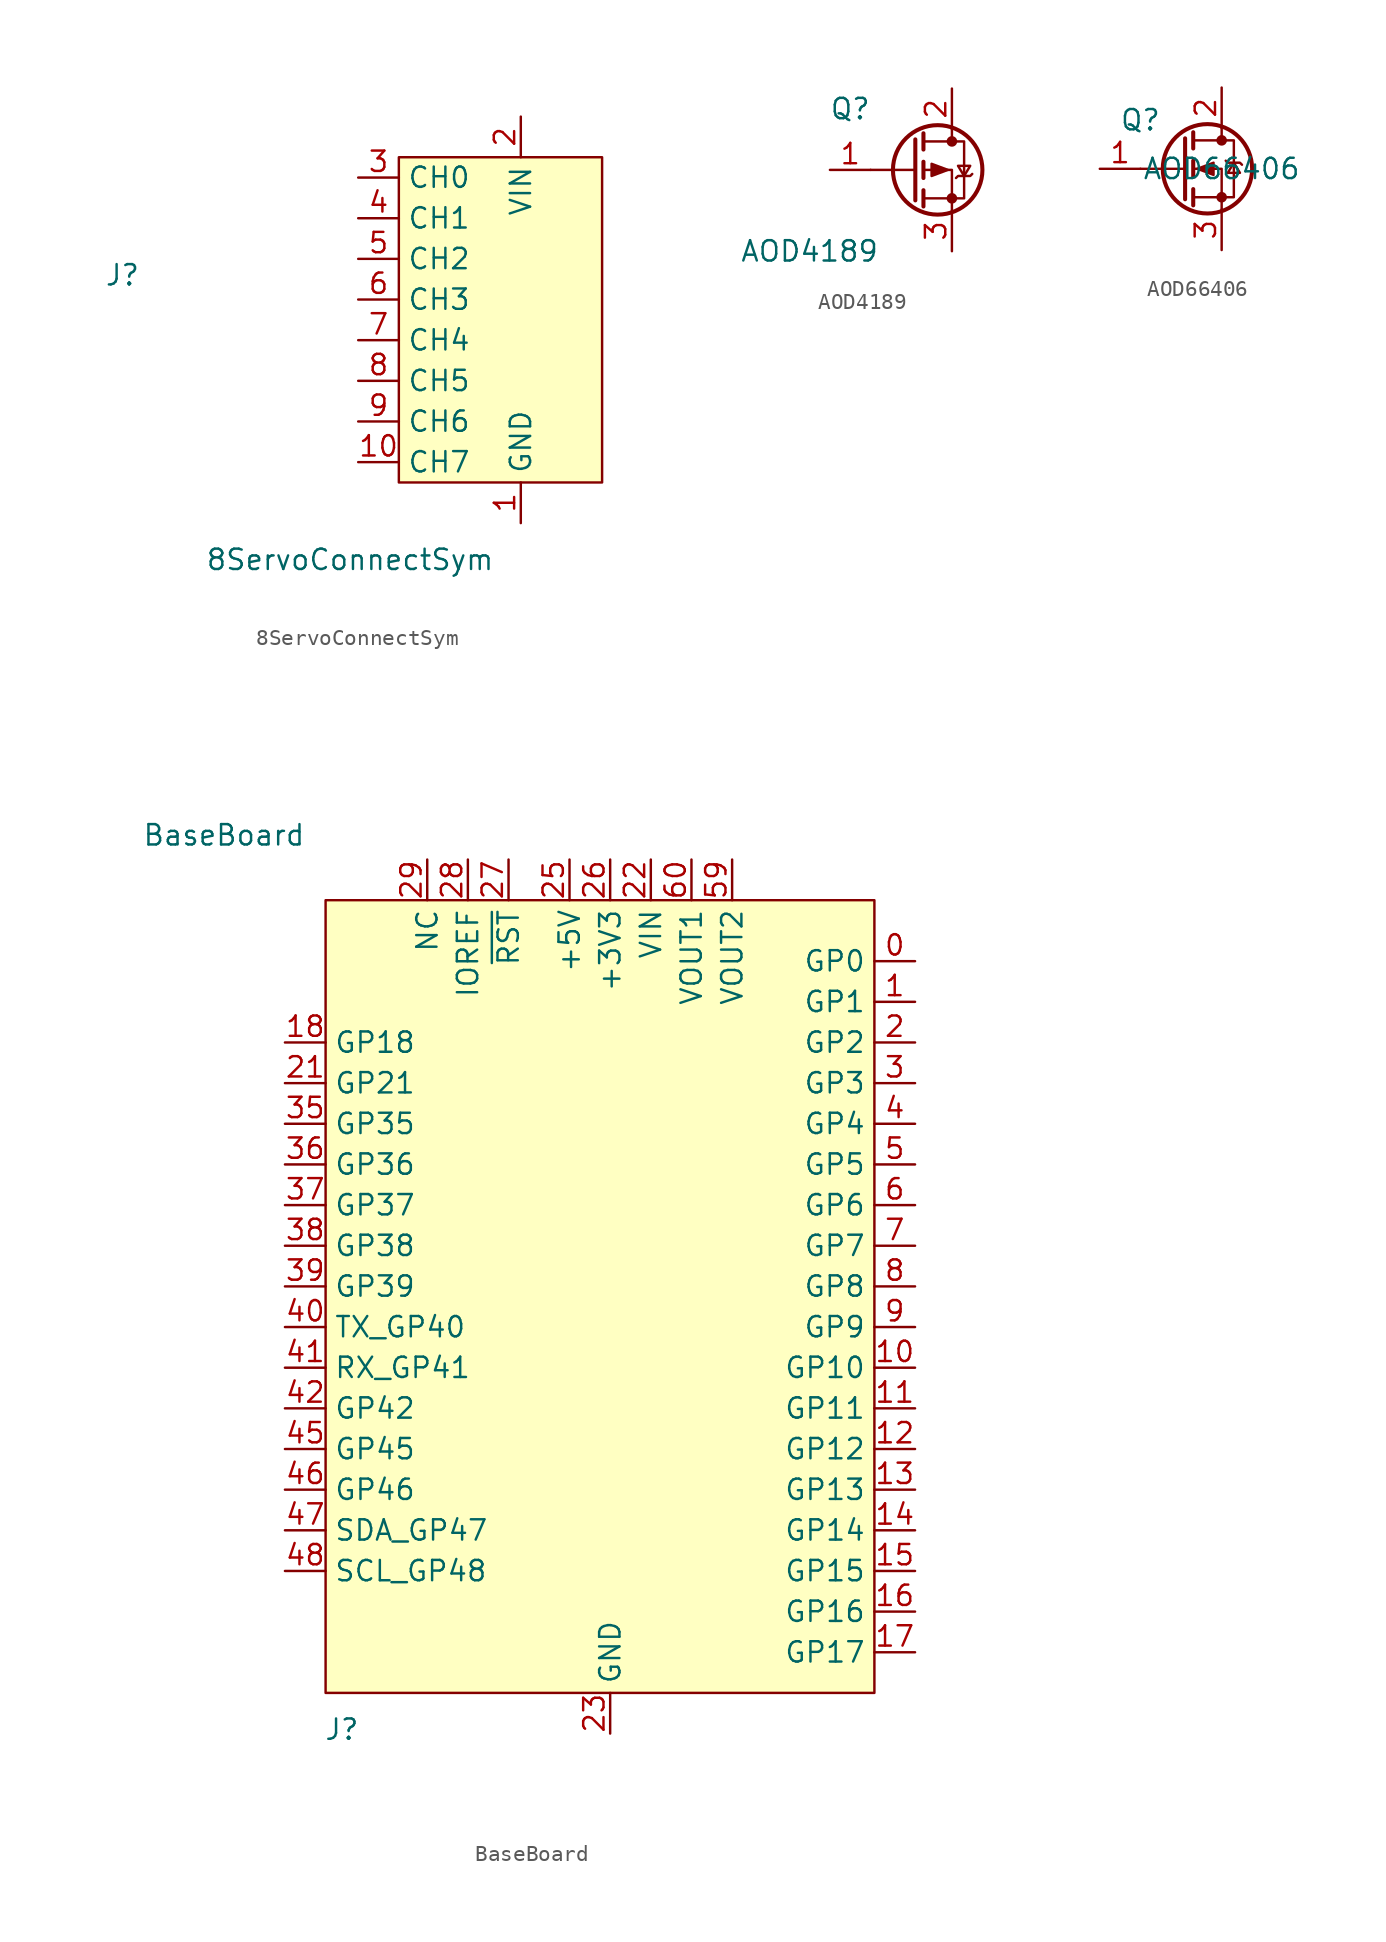
<source format=kicad_sym>
(kicad_symbol_lib
  (version 20241209)
  (generator "kicad_symbol_editor")
  (generator_version "9.0")
  (symbol "8ServoConnectSym"
    (property "Reference" "J"
      (at -17.272 -4.826 0)
      (effects (font (size 1.27 1.27))))
    (property "Value" "8ServoConnectSym"
      (at -3.048 -22.606 0)
      (effects (font (size 1.27 1.27))))
    (symbol "8ServoConnectSym_1_1"
      (rectangle (start 0 2.54) (end 12.7 -17.78) (stroke (width 0) (type default)) (fill (type background)))
      (pin input line (at -2.54 1.27 0) (length 2.54) (name "CH0" (effects (font (size 1.27 1.27)))) (number "3" (effects (font (size 1.27 1.27)))))
      (pin input line (at -2.54 -1.27 0) (length 2.54) (name "CH1" (effects (font (size 1.27 1.27)))) (number "4" (effects (font (size 1.27 1.27)))))
      (pin input line (at -2.54 -3.81 0) (length 2.54) (name "CH2" (effects (font (size 1.27 1.27)))) (number "5" (effects (font (size 1.27 1.27)))))
      (pin input line (at -2.54 -6.35 0) (length 2.54) (name "CH3" (effects (font (size 1.27 1.27)))) (number "6" (effects (font (size 1.27 1.27)))))
      (pin input line (at -2.54 -8.89 0) (length 2.54) (name "CH4" (effects (font (size 1.27 1.27)))) (number "7" (effects (font (size 1.27 1.27)))))
      (pin input line (at -2.54 -11.43 0) (length 2.54) (name "CH5" (effects (font (size 1.27 1.27)))) (number "8" (effects (font (size 1.27 1.27)))))
      (pin input line (at -2.54 -13.97 0) (length 2.54) (name "CH6" (effects (font (size 1.27 1.27)))) (number "9" (effects (font (size 1.27 1.27)))))
      (pin input line (at -2.54 -16.51 0) (length 2.54) (name "CH7" (effects (font (size 1.27 1.27)))) (number "10" (effects (font (size 1.27 1.27)))))
      (pin power_in line (at 7.62 5.08 270) (length 2.54) (name "VIN" (effects (font (size 1.27 1.27)))) (number "2" (effects (font (size 1.27 1.27)))))
      (pin power_in line (at 7.62 -20.32 90) (length 2.54) (name "GND" (effects (font (size 1.27 1.27)))) (number "1" (effects (font (size 1.27 1.27)))))))
  (symbol "AOD4189"
    (pin_names
      (hide yes))
    (property "Reference" "Q"
      (at -6.35 3.81 0)
      (effects (font (size 1.27 1.27))))
    (property "Value" "AOD4189"
      (at -8.89 -5.08 0)
      (effects (font (size 1.27 1.27))))
    (symbol "AOD4189_0_1"
      (polyline (pts (xy -2.286 1.905) (xy -2.286 -1.905)) (stroke (width 0.254) (type default)) (fill (type none)))
      (polyline (pts (xy -2.286 0) (xy -5.08 0)) (stroke (width 0) (type default)) (fill (type none)))
      (polyline (pts (xy -1.778 2.286) (xy -1.778 1.27)) (stroke (width 0.254) (type default)) (fill (type none)))
      (polyline (pts (xy -1.778 1.778) (xy 0.762 1.778) (xy 0.762 -1.778) (xy -1.778 -1.778)) (stroke (width 0) (type default)) (fill (type none)))
      (polyline (pts (xy -1.778 0.508) (xy -1.778 -0.508)) (stroke (width 0.254) (type default)) (fill (type none)))
      (polyline (pts (xy -1.778 -1.27) (xy -1.778 -2.286)) (stroke (width 0.254) (type default)) (fill (type none)))
      (circle (center -0.889 0) (radius 2.794) (stroke (width 0.254) (type default)) (fill (type none)))
      (polyline (pts (xy -0.254 0) (xy -1.27 0.381) (xy -1.27 -0.381) (xy -0.254 0)) (stroke (width 0) (type default)) (fill (type outline)))
      (polyline (pts (xy 0 2.54) (xy 0 1.778)) (stroke (width 0) (type default)) (fill (type none)))
      (circle (center 0 1.778) (radius 0.254) (stroke (width 0) (type default)) (fill (type outline)))
      (circle (center 0 -1.778) (radius 0.254) (stroke (width 0) (type default)) (fill (type outline)))
      (polyline (pts (xy 0 -2.54) (xy 0 0) (xy -1.778 0)) (stroke (width 0) (type default)) (fill (type none)))
      (polyline (pts (xy 0.254 -0.508) (xy 0.381 -0.381) (xy 1.143 -0.381) (xy 1.27 -0.254)) (stroke (width 0) (type default)) (fill (type none)))
      (polyline (pts (xy 0.762 -0.381) (xy 0.381 0.254) (xy 1.143 0.254) (xy 0.762 -0.381)) (stroke (width 0) (type default)) (fill (type none))))
    (symbol "AOD4189_1_1"
      (pin input line (at -7.62 0 0) (length 2.54) (name "G" (effects (font (size 1.27 1.27)))) (number "1" (effects (font (size 1.27 1.27)))))
      (pin passive line (at 0 5.08 270) (length 2.54) (name "D" (effects (font (size 1.27 1.27)))) (number "2" (effects (font (size 1.27 1.27)))))
      (pin passive line (at 0 -5.08 90) (length 2.54) (name "S" (effects (font (size 1.27 1.27)))) (number "3" (effects (font (size 1.27 1.27)))))))
  (symbol "AOD66406"
    (pin_names
      (hide yes))
    (property "Reference" "Q"
      (at -5.08 3.048 0)
      (effects (font (size 1.27 1.27))))
    (property "Value" "AOD66406"
      (at 0 0 0)
      (effects (font (size 1.27 1.27))))
    (symbol "AOD66406_0_1"
      (polyline (pts (xy -2.286 1.905) (xy -2.286 -1.905)) (stroke (width 0.254) (type default)) (fill (type none)))
      (polyline (pts (xy -2.286 0) (xy -5.08 0)) (stroke (width 0) (type default)) (fill (type none)))
      (polyline (pts (xy -1.778 2.286) (xy -1.778 1.27)) (stroke (width 0.254) (type default)) (fill (type none)))
      (polyline (pts (xy -1.778 0.508) (xy -1.778 -0.508)) (stroke (width 0.254) (type default)) (fill (type none)))
      (polyline (pts (xy -1.778 -1.27) (xy -1.778 -2.286)) (stroke (width 0.254) (type default)) (fill (type none)))
      (polyline (pts (xy -1.778 -1.778) (xy 0.762 -1.778) (xy 0.762 1.778) (xy -1.778 1.778)) (stroke (width 0) (type default)) (fill (type none)))
      (polyline (pts (xy -1.524 0) (xy -0.508 0.381) (xy -0.508 -0.381) (xy -1.524 0)) (stroke (width 0) (type default)) (fill (type outline)))
      (circle (center -0.889 0) (radius 2.794) (stroke (width 0.254) (type default)) (fill (type none)))
      (polyline (pts (xy 0 2.54) (xy 0 1.778)) (stroke (width 0) (type default)) (fill (type none)))
      (circle (center 0 1.778) (radius 0.254) (stroke (width 0) (type default)) (fill (type outline)))
      (circle (center 0 -1.778) (radius 0.254) (stroke (width 0) (type default)) (fill (type outline)))
      (polyline (pts (xy 0 -2.54) (xy 0 0) (xy -1.778 0)) (stroke (width 0) (type default)) (fill (type none)))
      (polyline (pts (xy 0.254 0.508) (xy 0.381 0.381) (xy 1.143 0.381) (xy 1.27 0.254)) (stroke (width 0) (type default)) (fill (type none)))
      (polyline (pts (xy 0.762 0.381) (xy 0.381 -0.254) (xy 1.143 -0.254) (xy 0.762 0.381)) (stroke (width 0) (type default)) (fill (type none))))
    (symbol "AOD66406_1_1"
      (pin input line (at -7.62 0 0) (length 2.54) (name "G" (effects (font (size 1.27 1.27)))) (number "1" (effects (font (size 1.27 1.27)))))
      (pin passive line (at 0 5.08 270) (length 2.54) (name "D" (effects (font (size 1.27 1.27)))) (number "2" (effects (font (size 1.27 1.27)))))
      (pin passive line (at 0 -5.08 90) (length 2.54) (name "S" (effects (font (size 1.27 1.27)))) (number "3" (effects (font (size 1.27 1.27)))))))
  (symbol "BaseBoard"
    (property "Reference" "J"
      (at -19.304 -42.926 0)
      (effects (font (size 1.27 1.27))))
    (property "Value" "BaseBoard"
      (at -26.67 12.954 0)
      (effects (font (size 1.27 1.27))))
    (symbol "BaseBoard_1_1"
      (rectangle (start -20.32 8.89) (end 13.97 -40.64) (stroke (width 0) (type default)) (fill (type background)))
      (pin bidirectional line (at -22.86 0 0) (length 2.54) (name "GP18" (effects (font (size 1.27 1.27)))) (number "18" (effects (font (size 1.27 1.27)))))
      (pin bidirectional line (at -22.86 -2.54 0) (length 2.54) (name "GP21" (effects (font (size 1.27 1.27)))) (number "21" (effects (font (size 1.27 1.27)))))
      (pin bidirectional line (at -22.86 -5.08 0) (length 2.54) (name "GP35" (effects (font (size 1.27 1.27)))) (number "35" (effects (font (size 1.27 1.27)))))
      (pin bidirectional line (at -22.86 -7.62 0) (length 2.54) (name "GP36" (effects (font (size 1.27 1.27)))) (number "36" (effects (font (size 1.27 1.27)))))
      (pin bidirectional line (at -22.86 -10.16 0) (length 2.54) (name "GP37" (effects (font (size 1.27 1.27)))) (number "37" (effects (font (size 1.27 1.27)))))
      (pin bidirectional line (at -22.86 -12.7 0) (length 2.54) (name "GP38" (effects (font (size 1.27 1.27)))) (number "38" (effects (font (size 1.27 1.27)))))
      (pin bidirectional line (at -22.86 -15.24 0) (length 2.54) (name "GP39" (effects (font (size 1.27 1.27)))) (number "39" (effects (font (size 1.27 1.27)))))
      (pin bidirectional line (at -22.86 -17.78 0) (length 2.54) (name "TX_GP40" (effects (font (size 1.27 1.27)))) (number "40" (effects (font (size 1.27 1.27)))))
      (pin bidirectional line (at -22.86 -20.32 0) (length 2.54) (name "RX_GP41" (effects (font (size 1.27 1.27)))) (number "41" (effects (font (size 1.27 1.27)))))
      (pin bidirectional line (at -22.86 -22.86 0) (length 2.54) (name "GP42" (effects (font (size 1.27 1.27)))) (number "42" (effects (font (size 1.27 1.27)))))
      (pin bidirectional line (at -22.86 -25.4 0) (length 2.54) (name "GP45" (effects (font (size 1.27 1.27)))) (number "45" (effects (font (size 1.27 1.27)))))
      (pin bidirectional line (at -22.86 -27.94 0) (length 2.54) (name "GP46" (effects (font (size 1.27 1.27)))) (number "46" (effects (font (size 1.27 1.27)))))
      (pin bidirectional line (at -22.86 -30.48 0) (length 2.54) (name "SDA_GP47" (effects (font (size 1.27 1.27)))) (number "47" (effects (font (size 1.27 1.27)))))
      (pin bidirectional line (at -22.86 -33.02 0) (length 2.54) (name "SCL_GP48" (effects (font (size 1.27 1.27)))) (number "48" (effects (font (size 1.27 1.27)))))
      (pin bidirectional line (at -13.97 11.43 270) (length 2.54) (name "NC" (effects (font (size 1.27 1.27)))) (number "29" (effects (font (size 1.27 1.27)))))
      (pin bidirectional line (at -11.43 11.43 270) (length 2.54) (name "IOREF" (effects (font (size 1.27 1.27)))) (number "28" (effects (font (size 1.27 1.27)))))
      (pin bidirectional line (at -8.89 11.43 270) (length 2.54) (name "~{RST}" (effects (font (size 1.27 1.27)))) (number "27" (effects (font (size 1.27 1.27)))))
      (pin power_in line (at -5.08 11.43 270) (length 2.54) (name "+5V" (effects (font (size 1.27 1.27)))) (number "25" (effects (font (size 1.27 1.27)))))
      (pin power_in line (at -5.08 11.43 270) (length 2.54) (hide yes) (name "+5V" (effects (font (size 1.27 1.27)))) (number "61" (effects (font (size 1.27 1.27)))))
      (pin power_in line (at -2.54 11.43 270) (length 2.54) (name "+3V3" (effects (font (size 1.27 1.27)))) (number "26" (effects (font (size 1.27 1.27)))))
      (pin power_in line (at -2.54 11.43 270) (length 2.54) (hide yes) (name "+3V3" (effects (font (size 1.27 1.27)))) (number "32" (effects (font (size 1.27 1.27)))))
      (pin power_in line (at -2.54 11.43 270) (length 2.54) (hide yes) (name "+3V3" (effects (font (size 1.27 1.27)))) (number "62" (effects (font (size 1.27 1.27)))))
      (pin power_in line (at -2.54 -43.18 90) (length 2.54) (name "GND" (effects (font (size 1.27 1.27)))) (number "23" (effects (font (size 1.27 1.27)))))
      (pin power_in line (at -2.54 -43.18 90) (length 2.54) (hide yes) (name "GND" (effects (font (size 1.27 1.27)))) (number "24" (effects (font (size 1.27 1.27)))))
      (pin power_in line (at -2.54 -43.18 90) (length 2.54) (hide yes) (name "GND" (effects (font (size 1.27 1.27)))) (number "30" (effects (font (size 1.27 1.27)))))
      (pin power_in line (at -2.54 -43.18 90) (length 2.54) (hide yes) (name "GND" (effects (font (size 1.27 1.27)))) (number "55" (effects (font (size 1.27 1.27)))))
      (pin power_in line (at -2.54 -43.18 90) (length 2.54) (hide yes) (name "GND" (effects (font (size 1.27 1.27)))) (number "56" (effects (font (size 1.27 1.27)))))
      (pin power_in line (at -2.54 -43.18 90) (length 2.54) (hide yes) (name "GND" (effects (font (size 1.27 1.27)))) (number "57" (effects (font (size 1.27 1.27)))))
      (pin power_in line (at -2.54 -43.18 90) (length 2.54) (hide yes) (name "GND" (effects (font (size 1.27 1.27)))) (number "58" (effects (font (size 1.27 1.27)))))
      (pin power_in line (at 0 11.43 270) (length 2.54) (name "VIN" (effects (font (size 1.27 1.27)))) (number "22" (effects (font (size 1.27 1.27)))))
      (pin power_in line (at 0 11.43 270) (length 2.54) (hide yes) (name "VIN" (effects (font (size 1.27 1.27)))) (number "53" (effects (font (size 1.27 1.27)))))
      (pin power_in line (at 0 11.43 270) (length 2.54) (hide yes) (name "VIN" (effects (font (size 1.27 1.27)))) (number "54" (effects (font (size 1.27 1.27)))))
      (pin power_in line (at 2.54 11.43 270) (length 2.54) (name "VOUT1" (effects (font (size 1.27 1.27)))) (number "60" (effects (font (size 1.27 1.27)))))
      (pin power_in line (at 5.08 11.43 270) (length 2.54) (name "VOUT2" (effects (font (size 1.27 1.27)))) (number "59" (effects (font (size 1.27 1.27)))))
      (pin bidirectional line (at 16.51 5.08 180) (length 2.54) (name "GP0" (effects (font (size 1.27 1.27)))) (number "0" (effects (font (size 1.27 1.27)))))
      (pin bidirectional line (at 16.51 2.54 180) (length 2.54) (name "GP1" (effects (font (size 1.27 1.27)))) (number "1" (effects (font (size 1.27 1.27)))))
      (pin bidirectional line (at 16.51 0 180) (length 2.54) (name "GP2" (effects (font (size 1.27 1.27)))) (number "2" (effects (font (size 1.27 1.27)))))
      (pin bidirectional line (at 16.51 -2.54 180) (length 2.54) (name "GP3" (effects (font (size 1.27 1.27)))) (number "3" (effects (font (size 1.27 1.27)))))
      (pin bidirectional line (at 16.51 -5.08 180) (length 2.54) (name "GP4" (effects (font (size 1.27 1.27)))) (number "4" (effects (font (size 1.27 1.27)))))
      (pin bidirectional line (at 16.51 -7.62 180) (length 2.54) (name "GP5" (effects (font (size 1.27 1.27)))) (number "5" (effects (font (size 1.27 1.27)))))
      (pin bidirectional line (at 16.51 -10.16 180) (length 2.54) (name "GP6" (effects (font (size 1.27 1.27)))) (number "6" (effects (font (size 1.27 1.27)))))
      (pin bidirectional line (at 16.51 -12.7 180) (length 2.54) (name "GP7" (effects (font (size 1.27 1.27)))) (number "7" (effects (font (size 1.27 1.27)))))
      (pin bidirectional line (at 16.51 -15.24 180) (length 2.54) (name "GP8" (effects (font (size 1.27 1.27)))) (number "8" (effects (font (size 1.27 1.27)))))
      (pin bidirectional line (at 16.51 -17.78 180) (length 2.54) (name "GP9" (effects (font (size 1.27 1.27)))) (number "9" (effects (font (size 1.27 1.27)))))
      (pin bidirectional line (at 16.51 -20.32 180) (length 2.54) (name "GP10" (effects (font (size 1.27 1.27)))) (number "10" (effects (font (size 1.27 1.27)))))
      (pin bidirectional line (at 16.51 -22.86 180) (length 2.54) (name "GP11" (effects (font (size 1.27 1.27)))) (number "11" (effects (font (size 1.27 1.27)))))
      (pin bidirectional line (at 16.51 -25.4 180) (length 2.54) (name "GP12" (effects (font (size 1.27 1.27)))) (number "12" (effects (font (size 1.27 1.27)))))
      (pin bidirectional line (at 16.51 -27.94 180) (length 2.54) (name "GP13" (effects (font (size 1.27 1.27)))) (number "13" (effects (font (size 1.27 1.27)))))
      (pin bidirectional line (at 16.51 -30.48 180) (length 2.54) (name "GP14" (effects (font (size 1.27 1.27)))) (number "14" (effects (font (size 1.27 1.27)))))
      (pin bidirectional line (at 16.51 -33.02 180) (length 2.54) (name "GP15" (effects (font (size 1.27 1.27)))) (number "15" (effects (font (size 1.27 1.27)))))
      (pin bidirectional line (at 16.51 -35.56 180) (length 2.54) (name "GP16" (effects (font (size 1.27 1.27)))) (number "16" (effects (font (size 1.27 1.27)))))
      (pin bidirectional line (at 16.51 -38.1 180) (length 2.54) (name "GP17" (effects (font (size 1.27 1.27)))) (number "17" (effects (font (size 1.27 1.27))))))))
</source>
